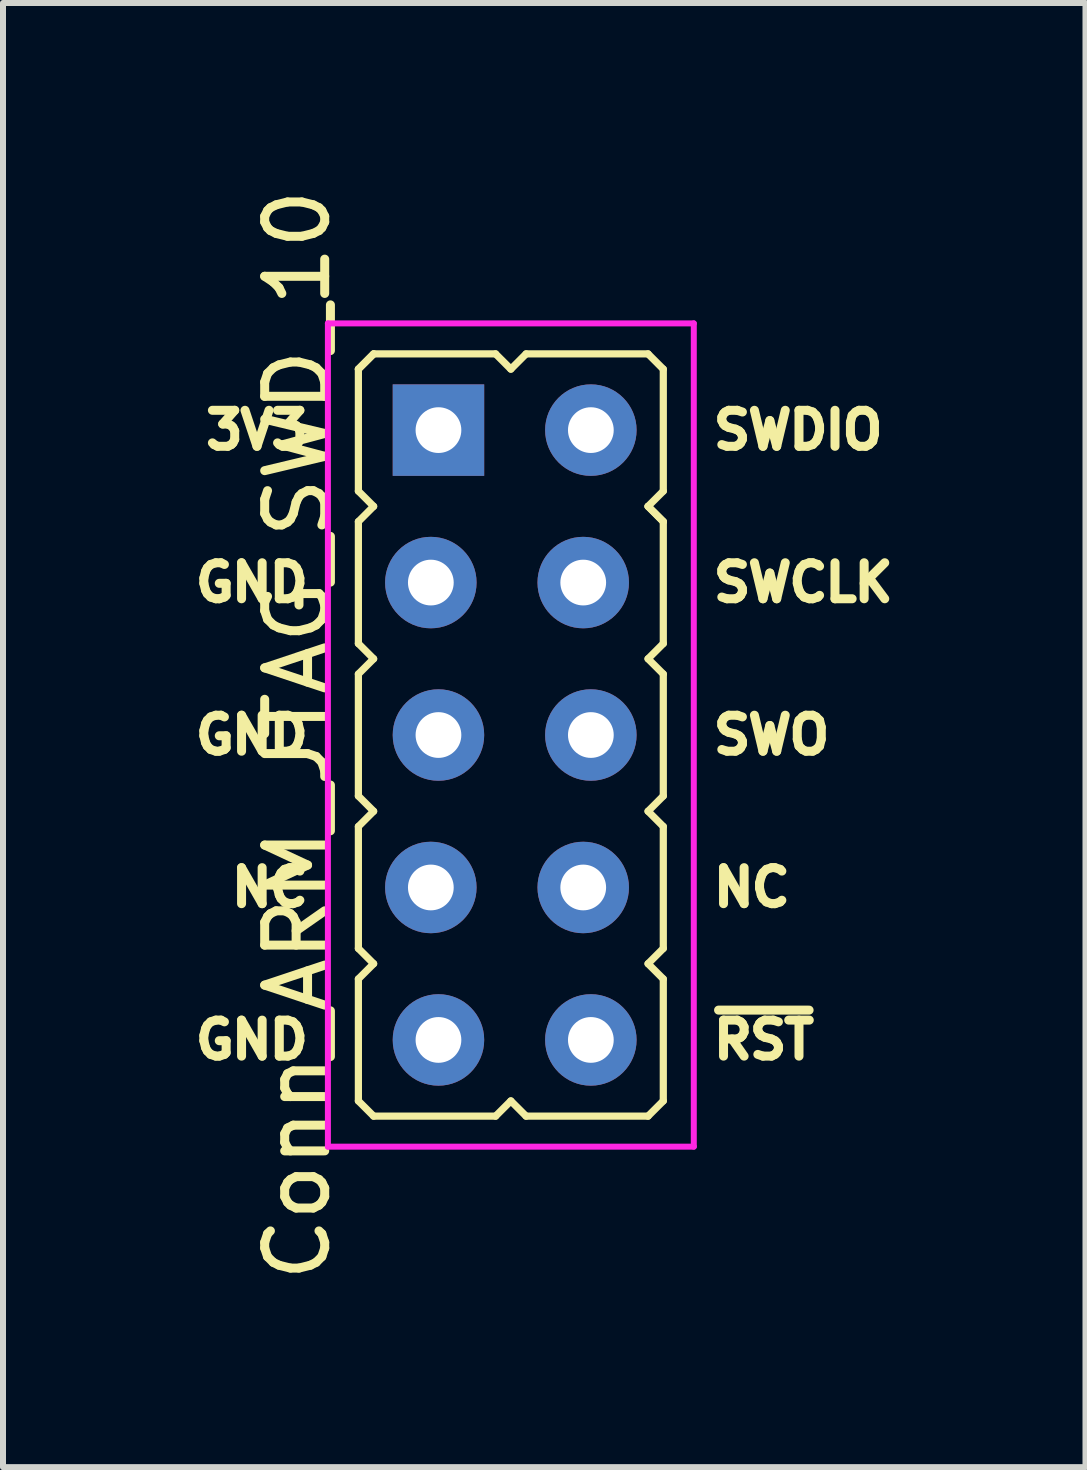
<source format=kicad_pcb>
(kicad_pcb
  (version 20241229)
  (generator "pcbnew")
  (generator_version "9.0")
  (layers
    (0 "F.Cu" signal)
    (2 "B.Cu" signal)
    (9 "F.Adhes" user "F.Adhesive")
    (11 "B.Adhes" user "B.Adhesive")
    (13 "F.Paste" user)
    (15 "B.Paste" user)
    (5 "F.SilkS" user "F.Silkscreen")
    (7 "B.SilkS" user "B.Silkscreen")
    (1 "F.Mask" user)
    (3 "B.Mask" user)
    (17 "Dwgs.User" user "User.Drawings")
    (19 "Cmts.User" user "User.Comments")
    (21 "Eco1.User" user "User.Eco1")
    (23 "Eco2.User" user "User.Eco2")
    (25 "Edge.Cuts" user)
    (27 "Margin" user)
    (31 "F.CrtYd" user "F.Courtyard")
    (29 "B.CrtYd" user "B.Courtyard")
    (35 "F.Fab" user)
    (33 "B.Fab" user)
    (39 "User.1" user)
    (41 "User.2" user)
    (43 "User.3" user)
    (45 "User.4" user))
  (footprint "Conn_ARM_JTAG_SWD_10"
    (layer "F.Cu")
    (at 5.461 9.196)
    (property "Reference" "Conn_ARM_JTAG_SWD_10" (at -3.556 0 90) (layer "F.SilkS") (effects (font (size 1 1) (thickness 0.15))))
    (attr through_hole)
    (fp_line (start -2.54 -6.096) (end -2.286 -6.35) (stroke (width 0.12) (type solid)) (layer "F.SilkS"))
    (fp_line (start -2.54 -6.096) (end -2.286 -6.35) (stroke (width 0.12) (type solid)) (layer "F.SilkS"))
    (fp_line (start -2.54 -4.064) (end -2.54 -6.096) (stroke (width 0.12) (type solid)) (layer "F.SilkS"))
    (fp_line (start -2.54 -3.556) (end -2.286 -3.81) (stroke (width 0.12) (type solid)) (layer "F.SilkS"))
    (fp_line (start -2.54 -1.524) (end -2.54 -3.556) (stroke (width 0.12) (type solid)) (layer "F.SilkS"))
    (fp_line (start -2.54 -1.016) (end -2.286 -1.27) (stroke (width 0.12) (type solid)) (layer "F.SilkS"))
    (fp_line (start -2.54 1.016) (end -2.54 -1.016) (stroke (width 0.12) (type solid)) (layer "F.SilkS"))
    (fp_line (start -2.54 1.524) (end -2.286 1.27) (stroke (width 0.12) (type solid)) (layer "F.SilkS"))
    (fp_line (start -2.54 3.556) (end -2.54 1.524) (stroke (width 0.12) (type solid)) (layer "F.SilkS"))
    (fp_line (start -2.54 4.064) (end -2.286 3.81) (stroke (width 0.12) (type solid)) (layer "F.SilkS"))
    (fp_line (start -2.54 6.096) (end -2.54 4.064) (stroke (width 0.12) (type solid)) (layer "F.SilkS"))
    (fp_line (start -2.286 -3.81) (end -2.54 -4.064) (stroke (width 0.12) (type solid)) (layer "F.SilkS"))
    (fp_line (start -2.286 -1.27) (end -2.54 -1.524) (stroke (width 0.12) (type solid)) (layer "F.SilkS"))
    (fp_line (start -2.286 1.27) (end -2.54 1.016) (stroke (width 0.12) (type solid)) (layer "F.SilkS"))
    (fp_line (start -2.286 3.81) (end -2.54 3.556) (stroke (width 0.12) (type solid)) (layer "F.SilkS"))
    (fp_line (start -2.286 6.35) (end -2.54 6.096) (stroke (width 0.12) (type solid)) (layer "F.SilkS"))
    (fp_line (start -0.254 -6.35) (end -2.286 -6.35) (stroke (width 0.12) (type solid)) (layer "F.SilkS"))
    (fp_line (start -0.254 6.35) (end -2.286 6.35) (stroke (width 0.12) (type solid)) (layer "F.SilkS"))
    (fp_line (start -0.254 6.35) (end 0 6.096) (stroke (width 0.12) (type solid)) (layer "F.SilkS"))
    (fp_line (start 0 -6.096) (end -0.254 -6.35) (stroke (width 0.12) (type solid)) (layer "F.SilkS"))
    (fp_line (start 0.254 -6.35) (end 0 -6.096) (stroke (width 0.12) (type solid)) (layer "F.SilkS"))
    (fp_line (start 0.254 -6.35) (end 2.286 -6.35) (stroke (width 0.12) (type solid)) (layer "F.SilkS"))
    (fp_line (start 0.254 6.35) (end 0 6.096) (stroke (width 0.12) (type solid)) (layer "F.SilkS"))
    (fp_line (start 2.286 -6.35) (end 2.54 -6.096) (stroke (width 0.12) (type solid)) (layer "F.SilkS"))
    (fp_line (start 2.286 -3.81) (end 2.54 -3.556) (stroke (width 0.12) (type solid)) (layer "F.SilkS"))
    (fp_line (start 2.286 -3.81) (end 2.54 -3.556) (stroke (width 0.12) (type solid)) (layer "F.SilkS"))
    (fp_line (start 2.286 -1.27) (end 2.54 -1.016) (stroke (width 0.12) (type solid)) (layer "F.SilkS"))
    (fp_line (start 2.286 1.27) (end 2.54 1.524) (stroke (width 0.12) (type solid)) (layer "F.SilkS"))
    (fp_line (start 2.286 3.81) (end 2.54 4.064) (stroke (width 0.12) (type solid)) (layer "F.SilkS"))
    (fp_line (start 2.286 6.35) (end 0.254 6.35) (stroke (width 0.12) (type solid)) (layer "F.SilkS"))
    (fp_line (start 2.54 -6.096) (end 2.54 -4.064) (stroke (width 0.12) (type solid)) (layer "F.SilkS"))
    (fp_line (start 2.54 -4.064) (end 2.286 -3.81) (stroke (width 0.12) (type solid)) (layer "F.SilkS"))
    (fp_line (start 2.54 -3.556) (end 2.54 -1.524) (stroke (width 0.12) (type solid)) (layer "F.SilkS"))
    (fp_line (start 2.54 -1.524) (end 2.286 -1.27) (stroke (width 0.12) (type solid)) (layer "F.SilkS"))
    (fp_line (start 2.54 -1.016) (end 2.54 1.016) (stroke (width 0.12) (type solid)) (layer "F.SilkS"))
    (fp_line (start 2.54 1.016) (end 2.286 1.27) (stroke (width 0.12) (type solid)) (layer "F.SilkS"))
    (fp_line (start 2.54 1.524) (end 2.54 3.556) (stroke (width 0.12) (type solid)) (layer "F.SilkS"))
    (fp_line (start 2.54 3.556) (end 2.286 3.81) (stroke (width 0.12) (type solid)) (layer "F.SilkS"))
    (fp_line (start 2.54 4.064) (end 2.54 6.096) (stroke (width 0.12) (type solid)) (layer "F.SilkS"))
    (fp_line (start 2.54 6.096) (end 2.286 6.35) (stroke (width 0.12) (type solid)) (layer "F.SilkS"))
    (fp_line (start -3.048 6.858) (end -3.048 -6.858) (stroke (width 0.1) (type solid)) (layer "F.CrtYd"))
    (fp_line (start -3.048 6.858) (end 3.048 6.858) (stroke (width 0.1) (type solid)) (layer "F.CrtYd"))
    (fp_line (start 3.048 -6.858) (end -3.048 -6.858) (stroke (width 0.1) (type solid)) (layer "F.CrtYd"))
    (fp_line (start 3.048 -6.858) (end 3.048 6.858) (stroke (width 0.1) (type solid)) (layer "F.CrtYd"))
    (fp_text user "SWO" (at 3.302 0 0) (layer "F.SilkS") (effects (font (size 0.6 0.6) (thickness 0.15)) (justify left)))
    (fp_text user "NC" (at 3.302 2.54 0) (layer "F.SilkS") (effects (font (size 0.6 0.6) (thickness 0.15)) (justify left)))
    (fp_text user "GND" (at -3.302 0 0) (layer "F.SilkS") (effects (font (size 0.6 0.6) (thickness 0.15)) (justify right)))
    (fp_text user "SWCLK" (at 3.302 -2.54 0) (layer "F.SilkS") (effects (font (size 0.6 0.6) (thickness 0.15)) (justify left)))
    (fp_text user "GND" (at -3.302 5.08 0) (layer "F.SilkS") (effects (font (size 0.6 0.6) (thickness 0.15)) (justify right)))
    (fp_text user "SWDIO" (at 3.302 -5.08 0) (layer "F.SilkS") (effects (font (size 0.6 0.6) (thickness 0.15)) (justify left)))
    (fp_text user "3V3" (at -3.302 -5.08 0) (layer "F.SilkS") (effects (font (size 0.6 0.6) (thickness 0.15)) (justify right)))
    (fp_text user "~{RST}" (at 3.302 5.08 0) (layer "F.SilkS") (effects (font (size 0.6 0.6) (thickness 0.15)) (justify left)))
    (fp_text user "NC" (at -3.302 2.54 0) (layer "F.SilkS") (effects (font (size 0.6 0.6) (thickness 0.15)) (justify right)))
    (fp_text user "GND" (at -3.302 -2.54 0) (layer "F.SilkS") (effects (font (size 0.6 0.6) (thickness 0.15)) (justify right)))
    (pad "1" thru_hole rect (at -1.206 -5.08) (size 1.524 1.524) (drill 0.762) (layers "*.Cu" "*.Mask"))
    (pad "2" thru_hole oval (at 1.333 -5.08) (size 1.524 1.524) (drill 0.762) (layers "*.Cu" "*.Mask"))
    (pad "3" thru_hole oval (at -1.333 -2.54) (size 1.524 1.524) (drill 0.762) (layers "*.Cu" "*.Mask"))
    (pad "4" thru_hole oval (at 1.206 -2.54) (size 1.524 1.524) (drill 0.762) (layers "*.Cu" "*.Mask"))
    (pad "5" thru_hole oval (at -1.206 0) (size 1.524 1.524) (drill 0.762) (layers "*.Cu" "*.Mask"))
    (pad "6" thru_hole oval (at 1.333 0) (size 1.524 1.524) (drill 0.762) (layers "*.Cu" "*.Mask"))
    (pad "7" thru_hole oval (at -1.333 2.54) (size 1.524 1.524) (drill 0.762) (layers "*.Cu" "*.Mask"))
    (pad "8" thru_hole oval (at 1.206 2.54) (size 1.524 1.524) (drill 0.762) (layers "*.Cu" "*.Mask"))
    (pad "9" thru_hole oval (at -1.206 5.08) (size 1.524 1.524) (drill 0.762) (layers "*.Cu" "*.Mask"))
    (pad "10" thru_hole oval (at 1.333 5.08) (size 1.524 1.524) (drill 0.762) (layers "*.Cu" "*.Mask")))
  (gr_rect
    (start -3 -3)
    (end 15.035 21.393)
    (stroke (width 0.1) (type default))
    (fill no)
    (layer "Edge.Cuts")))
</source>
